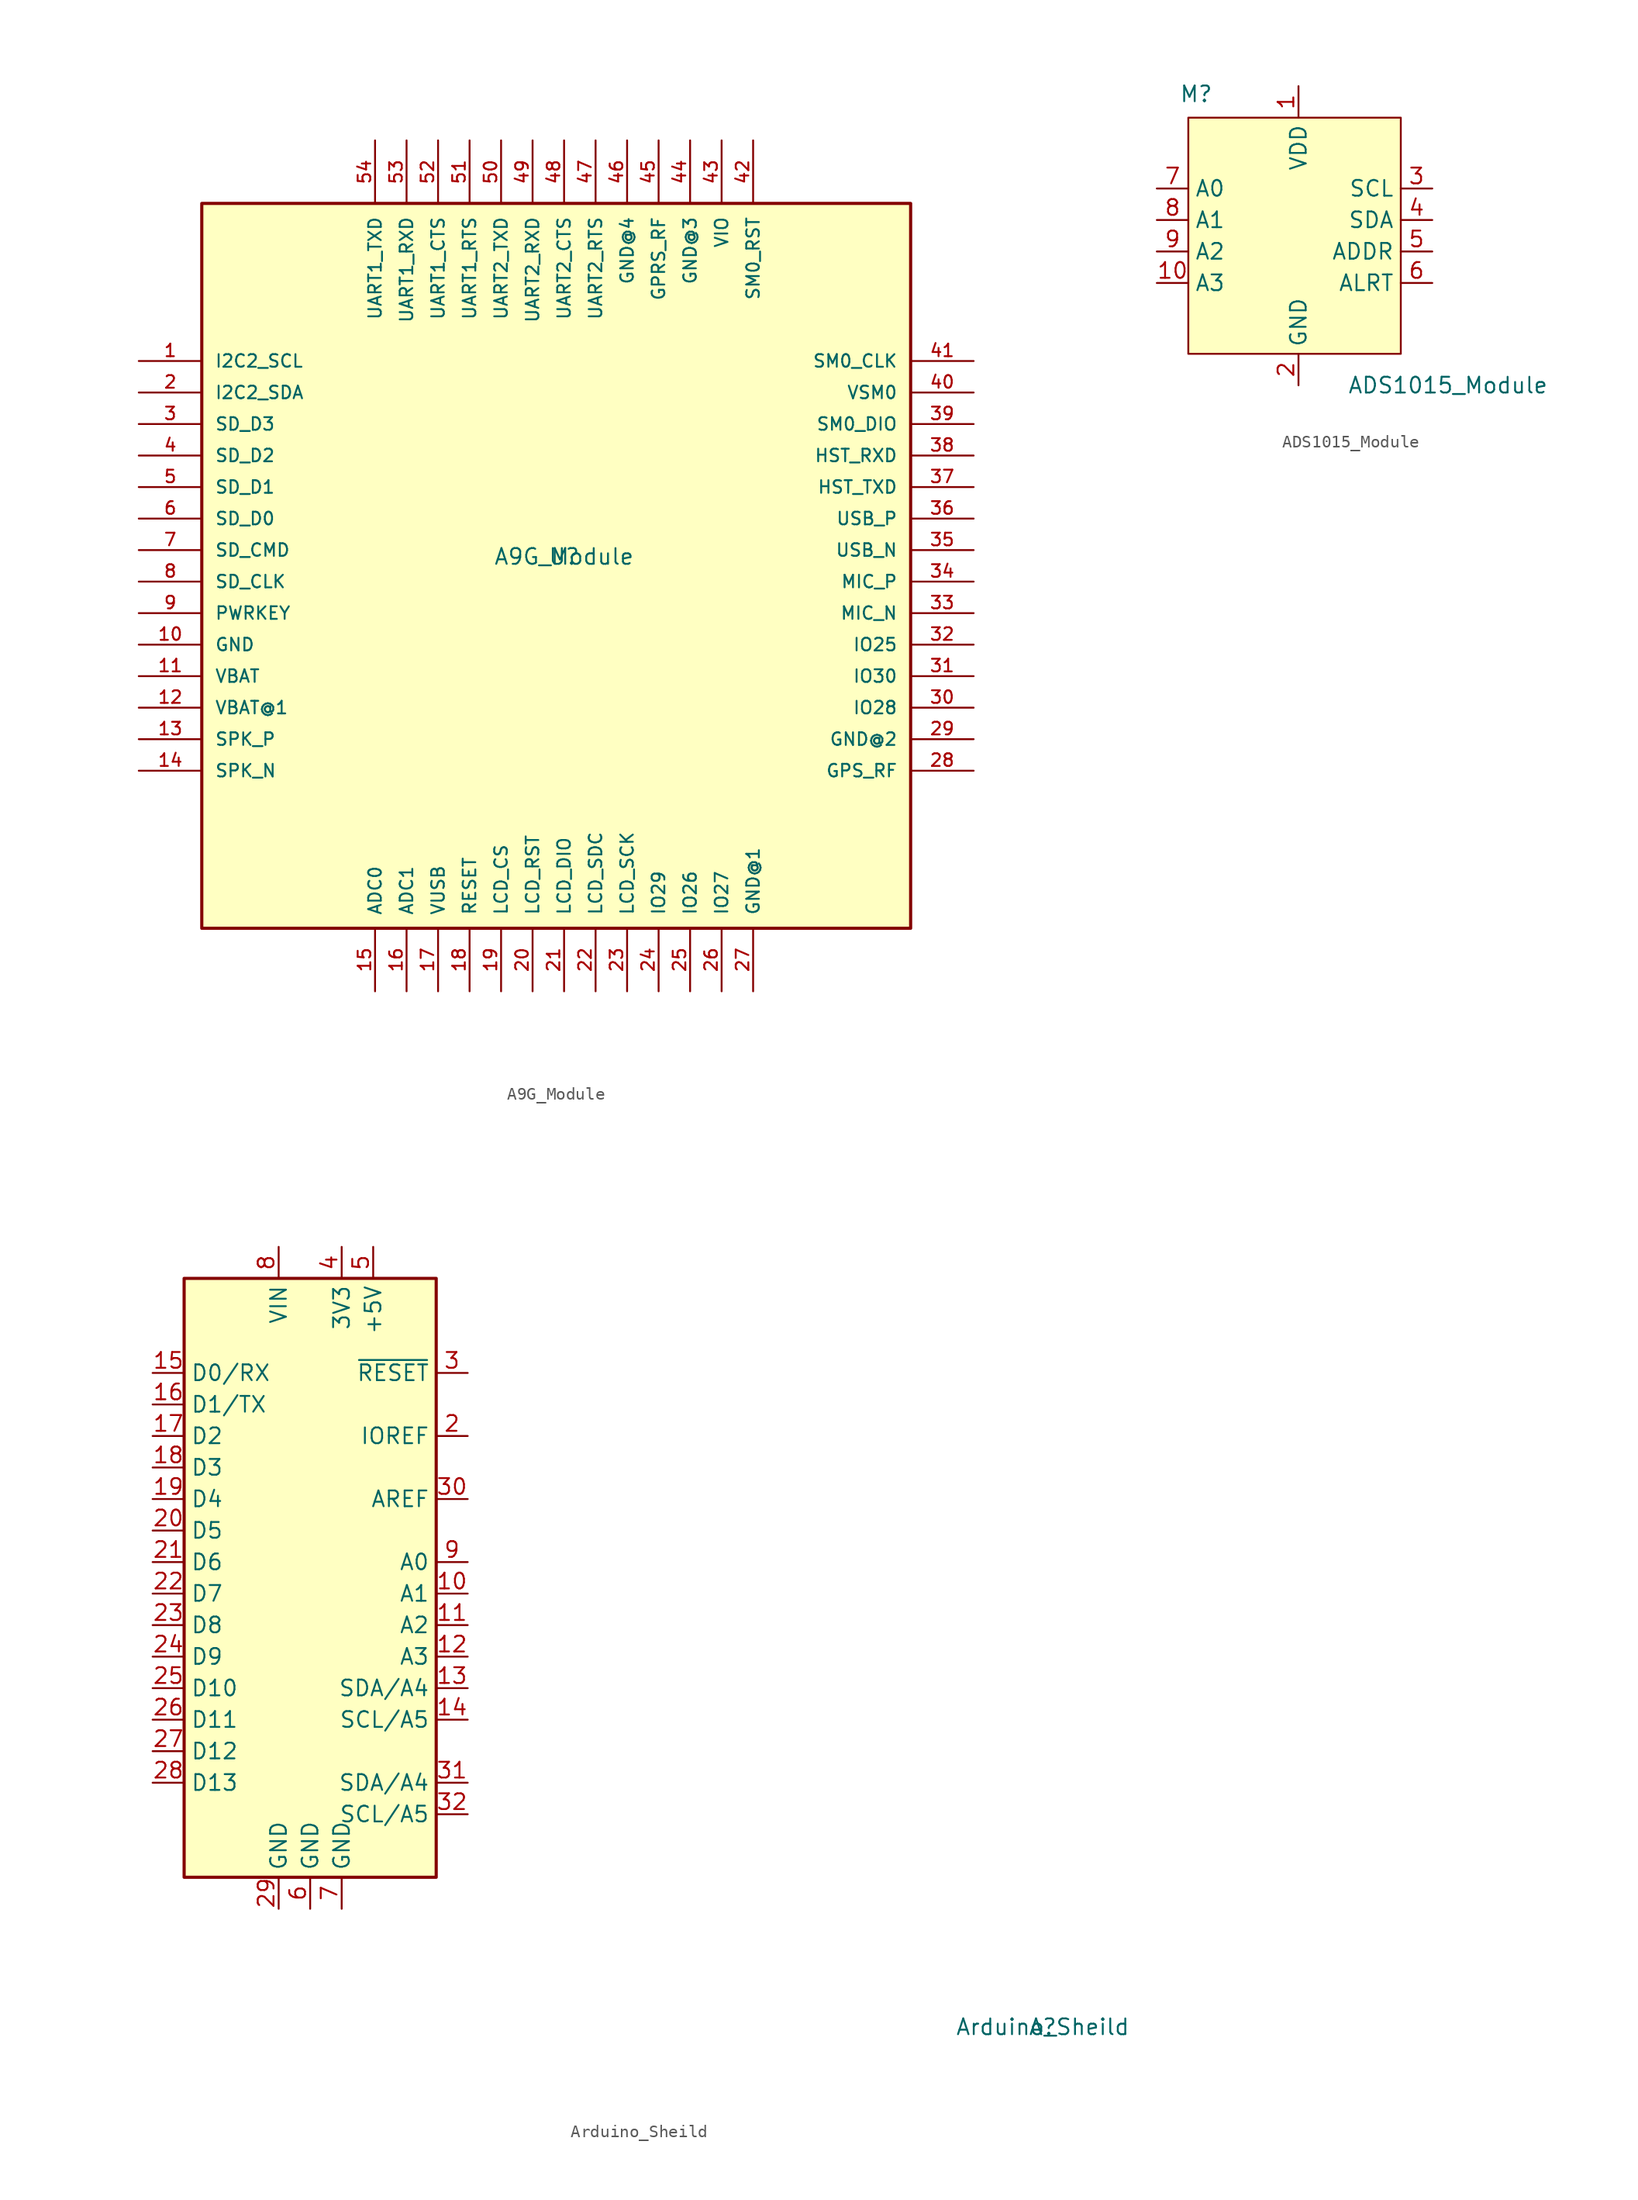
<source format=kicad_sym>
(kicad_symbol_lib
  (version 20211014)
  (generator kicad_symbol_editor)
  (symbol "A9G_Module"
    (pin_names
      (offset 1.016))
    (property "Reference" "U"
      (at 0 0 0)
      (effects (font (size 1.27 1.27)) (justify bottom)))
    (property "Value" "A9G_Module"
      (at 0 0 0)
      (effects (font (size 1.27 1.27)) (justify bottom)))
    (symbol "A9G_Module_0_0"
      (rectangle (start -29.21 -29.21) (end 27.94 29.21) (stroke (width 0.254) (type default) (color 0 0 0 0)) (fill (type background)))
      (pin bidirectional line (at -34.29 16.51 0) (length 5.08) (name "I2C2_SCL" (effects (font (size 1.016 1.016)))) (number "1" (effects (font (size 1.016 1.016)))))
      (pin bidirectional line (at -34.29 -6.35 0) (length 5.08) (name "GND" (effects (font (size 1.016 1.016)))) (number "10" (effects (font (size 1.016 1.016)))))
      (pin bidirectional line (at -34.29 -8.89 0) (length 5.08) (name "VBAT" (effects (font (size 1.016 1.016)))) (number "11" (effects (font (size 1.016 1.016)))))
      (pin bidirectional line (at -34.29 -11.43 0) (length 5.08) (name "VBAT@1" (effects (font (size 1.016 1.016)))) (number "12" (effects (font (size 1.016 1.016)))))
      (pin bidirectional line (at -34.29 -13.97 0) (length 5.08) (name "SPK_P" (effects (font (size 1.016 1.016)))) (number "13" (effects (font (size 1.016 1.016)))))
      (pin bidirectional line (at -34.29 -16.51 0) (length 5.08) (name "SPK_N" (effects (font (size 1.016 1.016)))) (number "14" (effects (font (size 1.016 1.016)))))
      (pin bidirectional line (at -15.24 -34.29 90) (length 5.08) (name "ADC0" (effects (font (size 1.016 1.016)))) (number "15" (effects (font (size 1.016 1.016)))))
      (pin bidirectional line (at -12.7 -34.29 90) (length 5.08) (name "ADC1" (effects (font (size 1.016 1.016)))) (number "16" (effects (font (size 1.016 1.016)))))
      (pin bidirectional line (at -10.16 -34.29 90) (length 5.08) (name "VUSB" (effects (font (size 1.016 1.016)))) (number "17" (effects (font (size 1.016 1.016)))))
      (pin bidirectional line (at -7.62 -34.29 90) (length 5.08) (name "RESET" (effects (font (size 1.016 1.016)))) (number "18" (effects (font (size 1.016 1.016)))))
      (pin bidirectional line (at -5.08 -34.29 90) (length 5.08) (name "LCD_CS" (effects (font (size 1.016 1.016)))) (number "19" (effects (font (size 1.016 1.016)))))
      (pin bidirectional line (at -34.29 13.97 0) (length 5.08) (name "I2C2_SDA" (effects (font (size 1.016 1.016)))) (number "2" (effects (font (size 1.016 1.016)))))
      (pin bidirectional line (at -2.54 -34.29 90) (length 5.08) (name "LCD_RST" (effects (font (size 1.016 1.016)))) (number "20" (effects (font (size 1.016 1.016)))))
      (pin bidirectional line (at 0 -34.29 90) (length 5.08) (name "LCD_DIO" (effects (font (size 1.016 1.016)))) (number "21" (effects (font (size 1.016 1.016)))))
      (pin bidirectional line (at 2.54 -34.29 90) (length 5.08) (name "LCD_SDC" (effects (font (size 1.016 1.016)))) (number "22" (effects (font (size 1.016 1.016)))))
      (pin bidirectional line (at 5.08 -34.29 90) (length 5.08) (name "LCD_SCK" (effects (font (size 1.016 1.016)))) (number "23" (effects (font (size 1.016 1.016)))))
      (pin bidirectional line (at 7.62 -34.29 90) (length 5.08) (name "IO29" (effects (font (size 1.016 1.016)))) (number "24" (effects (font (size 1.016 1.016)))))
      (pin bidirectional line (at 10.16 -34.29 90) (length 5.08) (name "IO26" (effects (font (size 1.016 1.016)))) (number "25" (effects (font (size 1.016 1.016)))))
      (pin bidirectional line (at 12.7 -34.29 90) (length 5.08) (name "IO27" (effects (font (size 1.016 1.016)))) (number "26" (effects (font (size 1.016 1.016)))))
      (pin bidirectional line (at 15.24 -34.29 90) (length 5.08) (name "GND@1" (effects (font (size 1.016 1.016)))) (number "27" (effects (font (size 1.016 1.016)))))
      (pin bidirectional line (at 33.02 -16.51 180) (length 5.08) (name "GPS_RF" (effects (font (size 1.016 1.016)))) (number "28" (effects (font (size 1.016 1.016)))))
      (pin bidirectional line (at 33.02 -13.97 180) (length 5.08) (name "GND@2" (effects (font (size 1.016 1.016)))) (number "29" (effects (font (size 1.016 1.016)))))
      (pin bidirectional line (at -34.29 11.43 0) (length 5.08) (name "SD_D3" (effects (font (size 1.016 1.016)))) (number "3" (effects (font (size 1.016 1.016)))))
      (pin bidirectional line (at 33.02 -11.43 180) (length 5.08) (name "IO28" (effects (font (size 1.016 1.016)))) (number "30" (effects (font (size 1.016 1.016)))))
      (pin bidirectional line (at 33.02 -8.89 180) (length 5.08) (name "IO30" (effects (font (size 1.016 1.016)))) (number "31" (effects (font (size 1.016 1.016)))))
      (pin bidirectional line (at 33.02 -6.35 180) (length 5.08) (name "IO25" (effects (font (size 1.016 1.016)))) (number "32" (effects (font (size 1.016 1.016)))))
      (pin bidirectional line (at 33.02 -3.81 180) (length 5.08) (name "MIC_N" (effects (font (size 1.016 1.016)))) (number "33" (effects (font (size 1.016 1.016)))))
      (pin bidirectional line (at 33.02 -1.27 180) (length 5.08) (name "MIC_P" (effects (font (size 1.016 1.016)))) (number "34" (effects (font (size 1.016 1.016)))))
      (pin bidirectional line (at 33.02 1.27 180) (length 5.08) (name "USB_N" (effects (font (size 1.016 1.016)))) (number "35" (effects (font (size 1.016 1.016)))))
      (pin bidirectional line (at 33.02 3.81 180) (length 5.08) (name "USB_P" (effects (font (size 1.016 1.016)))) (number "36" (effects (font (size 1.016 1.016)))))
      (pin bidirectional line (at 33.02 6.35 180) (length 5.08) (name "HST_TXD" (effects (font (size 1.016 1.016)))) (number "37" (effects (font (size 1.016 1.016)))))
      (pin bidirectional line (at 33.02 8.89 180) (length 5.08) (name "HST_RXD" (effects (font (size 1.016 1.016)))) (number "38" (effects (font (size 1.016 1.016)))))
      (pin bidirectional line (at 33.02 11.43 180) (length 5.08) (name "SM0_DIO" (effects (font (size 1.016 1.016)))) (number "39" (effects (font (size 1.016 1.016)))))
      (pin bidirectional line (at -34.29 8.89 0) (length 5.08) (name "SD_D2" (effects (font (size 1.016 1.016)))) (number "4" (effects (font (size 1.016 1.016)))))
      (pin bidirectional line (at 33.02 13.97 180) (length 5.08) (name "VSM0" (effects (font (size 1.016 1.016)))) (number "40" (effects (font (size 1.016 1.016)))))
      (pin bidirectional line (at 33.02 16.51 180) (length 5.08) (name "SM0_CLK" (effects (font (size 1.016 1.016)))) (number "41" (effects (font (size 1.016 1.016)))))
      (pin bidirectional line (at 15.24 34.29 270) (length 5.08) (name "SM0_RST" (effects (font (size 1.016 1.016)))) (number "42" (effects (font (size 1.016 1.016)))))
      (pin bidirectional line (at 12.7 34.29 270) (length 5.08) (name "VIO" (effects (font (size 1.016 1.016)))) (number "43" (effects (font (size 1.016 1.016)))))
      (pin bidirectional line (at 10.16 34.29 270) (length 5.08) (name "GND@3" (effects (font (size 1.016 1.016)))) (number "44" (effects (font (size 1.016 1.016)))))
      (pin bidirectional line (at 7.62 34.29 270) (length 5.08) (name "GPRS_RF" (effects (font (size 1.016 1.016)))) (number "45" (effects (font (size 1.016 1.016)))))
      (pin bidirectional line (at 5.08 34.29 270) (length 5.08) (name "GND@4" (effects (font (size 1.016 1.016)))) (number "46" (effects (font (size 1.016 1.016)))))
      (pin bidirectional line (at 2.54 34.29 270) (length 5.08) (name "UART2_RTS" (effects (font (size 1.016 1.016)))) (number "47" (effects (font (size 1.016 1.016)))))
      (pin bidirectional line (at 0 34.29 270) (length 5.08) (name "UART2_CTS" (effects (font (size 1.016 1.016)))) (number "48" (effects (font (size 1.016 1.016)))))
      (pin bidirectional line (at -2.54 34.29 270) (length 5.08) (name "UART2_RXD" (effects (font (size 1.016 1.016)))) (number "49" (effects (font (size 1.016 1.016)))))
      (pin bidirectional line (at -34.29 6.35 0) (length 5.08) (name "SD_D1" (effects (font (size 1.016 1.016)))) (number "5" (effects (font (size 1.016 1.016)))))
      (pin bidirectional line (at -5.08 34.29 270) (length 5.08) (name "UART2_TXD" (effects (font (size 1.016 1.016)))) (number "50" (effects (font (size 1.016 1.016)))))
      (pin bidirectional line (at -7.62 34.29 270) (length 5.08) (name "UART1_RTS" (effects (font (size 1.016 1.016)))) (number "51" (effects (font (size 1.016 1.016)))))
      (pin bidirectional line (at -10.16 34.29 270) (length 5.08) (name "UART1_CTS" (effects (font (size 1.016 1.016)))) (number "52" (effects (font (size 1.016 1.016)))))
      (pin bidirectional line (at -12.7 34.29 270) (length 5.08) (name "UART1_RXD" (effects (font (size 1.016 1.016)))) (number "53" (effects (font (size 1.016 1.016)))))
      (pin bidirectional line (at -15.24 34.29 270) (length 5.08) (name "UART1_TXD" (effects (font (size 1.016 1.016)))) (number "54" (effects (font (size 1.016 1.016)))))
      (pin bidirectional line (at -34.29 3.81 0) (length 5.08) (name "SD_D0" (effects (font (size 1.016 1.016)))) (number "6" (effects (font (size 1.016 1.016)))))
      (pin bidirectional line (at -34.29 1.27 0) (length 5.08) (name "SD_CMD" (effects (font (size 1.016 1.016)))) (number "7" (effects (font (size 1.016 1.016)))))
      (pin bidirectional line (at -34.29 -1.27 0) (length 5.08) (name "SD_CLK" (effects (font (size 1.016 1.016)))) (number "8" (effects (font (size 1.016 1.016)))))
      (pin bidirectional line (at -34.29 -3.81 0) (length 5.08) (name "PWRKEY" (effects (font (size 1.016 1.016)))) (number "9" (effects (font (size 1.016 1.016)))))))
  (symbol "ADS1015_Module"
    (property "Reference" "M"
      (at -6.985 12.065 0)
      (effects (font (size 1.27 1.27))))
    (property "Value" "ADS1015_Module"
      (at 13.335 -11.43 0)
      (effects (font (size 1.27 1.27))))
    (symbol "ADS1015_Module_0_1"
      (rectangle (start -7.62 10.16) (end 9.525 -8.89) (stroke (width 0.152) (type default) (color 0 0 0 0)) (fill (type background))))
    (symbol "ADS1015_Module_1_1"
      (pin input line (at 1.27 12.7 270) (length 2.54) (name "VDD" (effects (font (size 1.27 1.27)))) (number "1" (effects (font (size 1.27 1.27)))))
      (pin input line (at -10.16 -3.175 0) (length 2.54) (name "A3" (effects (font (size 1.27 1.27)))) (number "10" (effects (font (size 1.27 1.27)))))
      (pin input line (at 1.27 -11.43 90) (length 2.54) (name "GND" (effects (font (size 1.27 1.27)))) (number "2" (effects (font (size 1.27 1.27)))))
      (pin input line (at 12.065 4.445 180) (length 2.54) (name "SCL" (effects (font (size 1.27 1.27)))) (number "3" (effects (font (size 1.27 1.27)))))
      (pin input line (at 12.065 1.905 180) (length 2.54) (name "SDA" (effects (font (size 1.27 1.27)))) (number "4" (effects (font (size 1.27 1.27)))))
      (pin input line (at 12.065 -0.635 180) (length 2.54) (name "ADDR" (effects (font (size 1.27 1.27)))) (number "5" (effects (font (size 1.27 1.27)))))
      (pin input line (at 12.065 -3.175 180) (length 2.54) (name "ALRT" (effects (font (size 1.27 1.27)))) (number "6" (effects (font (size 1.27 1.27)))))
      (pin input line (at -10.16 4.445 0) (length 2.54) (name "A0" (effects (font (size 1.27 1.27)))) (number "7" (effects (font (size 1.27 1.27)))))
      (pin input line (at -10.16 1.905 0) (length 2.54) (name "A1" (effects (font (size 1.27 1.27)))) (number "8" (effects (font (size 1.27 1.27)))))
      (pin input line (at -10.16 -0.635 0) (length 2.54) (name "A2" (effects (font (size 1.27 1.27)))) (number "9" (effects (font (size 1.27 1.27)))))))
  (symbol "Arduino_Sheild"
    (property "Reference" "A"
      (at 57.785 -33.655 0)
      (effects (font (size 1.27 1.27))))
    (property "Value" "Arduino_Sheild"
      (at 57.785 -33.655 0)
      (effects (font (size 1.27 1.27))))
    (symbol "Arduino_Sheild_0_1"
      (rectangle (start -11.43 26.67) (end 8.89 -21.59) (stroke (width 0.254) (type default) (color 0 0 0 0)) (fill (type background))))
    (symbol "Arduino_Sheild_1_1"
      (pin no_connect line (at -11.43 -16.51 0) (length 2.54) hide (name "NC" (effects (font (size 1.27 1.27)))) (number "1" (effects (font (size 1.27 1.27)))))
      (pin bidirectional line (at 11.43 1.27 180) (length 2.54) (name "A1" (effects (font (size 1.27 1.27)))) (number "10" (effects (font (size 1.27 1.27)))))
      (pin bidirectional line (at 11.43 -1.27 180) (length 2.54) (name "A2" (effects (font (size 1.27 1.27)))) (number "11" (effects (font (size 1.27 1.27)))))
      (pin bidirectional line (at 11.43 -3.81 180) (length 2.54) (name "A3" (effects (font (size 1.27 1.27)))) (number "12" (effects (font (size 1.27 1.27)))))
      (pin bidirectional line (at 11.43 -6.35 180) (length 2.54) (name "SDA/A4" (effects (font (size 1.27 1.27)))) (number "13" (effects (font (size 1.27 1.27)))))
      (pin bidirectional line (at 11.43 -8.89 180) (length 2.54) (name "SCL/A5" (effects (font (size 1.27 1.27)))) (number "14" (effects (font (size 1.27 1.27)))))
      (pin bidirectional line (at -13.97 19.05 0) (length 2.54) (name "D0/RX" (effects (font (size 1.27 1.27)))) (number "15" (effects (font (size 1.27 1.27)))))
      (pin bidirectional line (at -13.97 16.51 0) (length 2.54) (name "D1/TX" (effects (font (size 1.27 1.27)))) (number "16" (effects (font (size 1.27 1.27)))))
      (pin bidirectional line (at -13.97 13.97 0) (length 2.54) (name "D2" (effects (font (size 1.27 1.27)))) (number "17" (effects (font (size 1.27 1.27)))))
      (pin bidirectional line (at -13.97 11.43 0) (length 2.54) (name "D3" (effects (font (size 1.27 1.27)))) (number "18" (effects (font (size 1.27 1.27)))))
      (pin bidirectional line (at -13.97 8.89 0) (length 2.54) (name "D4" (effects (font (size 1.27 1.27)))) (number "19" (effects (font (size 1.27 1.27)))))
      (pin output line (at 11.43 13.97 180) (length 2.54) (name "IOREF" (effects (font (size 1.27 1.27)))) (number "2" (effects (font (size 1.27 1.27)))))
      (pin bidirectional line (at -13.97 6.35 0) (length 2.54) (name "D5" (effects (font (size 1.27 1.27)))) (number "20" (effects (font (size 1.27 1.27)))))
      (pin bidirectional line (at -13.97 3.81 0) (length 2.54) (name "D6" (effects (font (size 1.27 1.27)))) (number "21" (effects (font (size 1.27 1.27)))))
      (pin bidirectional line (at -13.97 1.27 0) (length 2.54) (name "D7" (effects (font (size 1.27 1.27)))) (number "22" (effects (font (size 1.27 1.27)))))
      (pin bidirectional line (at -13.97 -1.27 0) (length 2.54) (name "D8" (effects (font (size 1.27 1.27)))) (number "23" (effects (font (size 1.27 1.27)))))
      (pin bidirectional line (at -13.97 -3.81 0) (length 2.54) (name "D9" (effects (font (size 1.27 1.27)))) (number "24" (effects (font (size 1.27 1.27)))))
      (pin bidirectional line (at -13.97 -6.35 0) (length 2.54) (name "D10" (effects (font (size 1.27 1.27)))) (number "25" (effects (font (size 1.27 1.27)))))
      (pin bidirectional line (at -13.97 -8.89 0) (length 2.54) (name "D11" (effects (font (size 1.27 1.27)))) (number "26" (effects (font (size 1.27 1.27)))))
      (pin bidirectional line (at -13.97 -11.43 0) (length 2.54) (name "D12" (effects (font (size 1.27 1.27)))) (number "27" (effects (font (size 1.27 1.27)))))
      (pin bidirectional line (at -13.97 -13.97 0) (length 2.54) (name "D13" (effects (font (size 1.27 1.27)))) (number "28" (effects (font (size 1.27 1.27)))))
      (pin power_in line (at -3.81 -24.13 90) (length 2.54) (name "GND" (effects (font (size 1.27 1.27)))) (number "29" (effects (font (size 1.27 1.27)))))
      (pin input line (at 11.43 19.05 180) (length 2.54) (name "~{RESET}" (effects (font (size 1.27 1.27)))) (number "3" (effects (font (size 1.27 1.27)))))
      (pin input line (at 11.43 8.89 180) (length 2.54) (name "AREF" (effects (font (size 1.27 1.27)))) (number "30" (effects (font (size 1.27 1.27)))))
      (pin bidirectional line (at 11.43 -13.97 180) (length 2.54) (name "SDA/A4" (effects (font (size 1.27 1.27)))) (number "31" (effects (font (size 1.27 1.27)))))
      (pin bidirectional line (at 11.43 -16.51 180) (length 2.54) (name "SCL/A5" (effects (font (size 1.27 1.27)))) (number "32" (effects (font (size 1.27 1.27)))))
      (pin power_out line (at 1.27 29.21 270) (length 2.54) (name "3V3" (effects (font (size 1.27 1.27)))) (number "4" (effects (font (size 1.27 1.27)))))
      (pin power_out line (at 3.81 29.21 270) (length 2.54) (name "+5V" (effects (font (size 1.27 1.27)))) (number "5" (effects (font (size 1.27 1.27)))))
      (pin power_in line (at -1.27 -24.13 90) (length 2.54) (name "GND" (effects (font (size 1.27 1.27)))) (number "6" (effects (font (size 1.27 1.27)))))
      (pin power_in line (at 1.27 -24.13 90) (length 2.54) (name "GND" (effects (font (size 1.27 1.27)))) (number "7" (effects (font (size 1.27 1.27)))))
      (pin power_in line (at -3.81 29.21 270) (length 2.54) (name "VIN" (effects (font (size 1.27 1.27)))) (number "8" (effects (font (size 1.27 1.27)))))
      (pin bidirectional line (at 11.43 3.81 180) (length 2.54) (name "A0" (effects (font (size 1.27 1.27)))) (number "9" (effects (font (size 1.27 1.27))))))))
</source>
